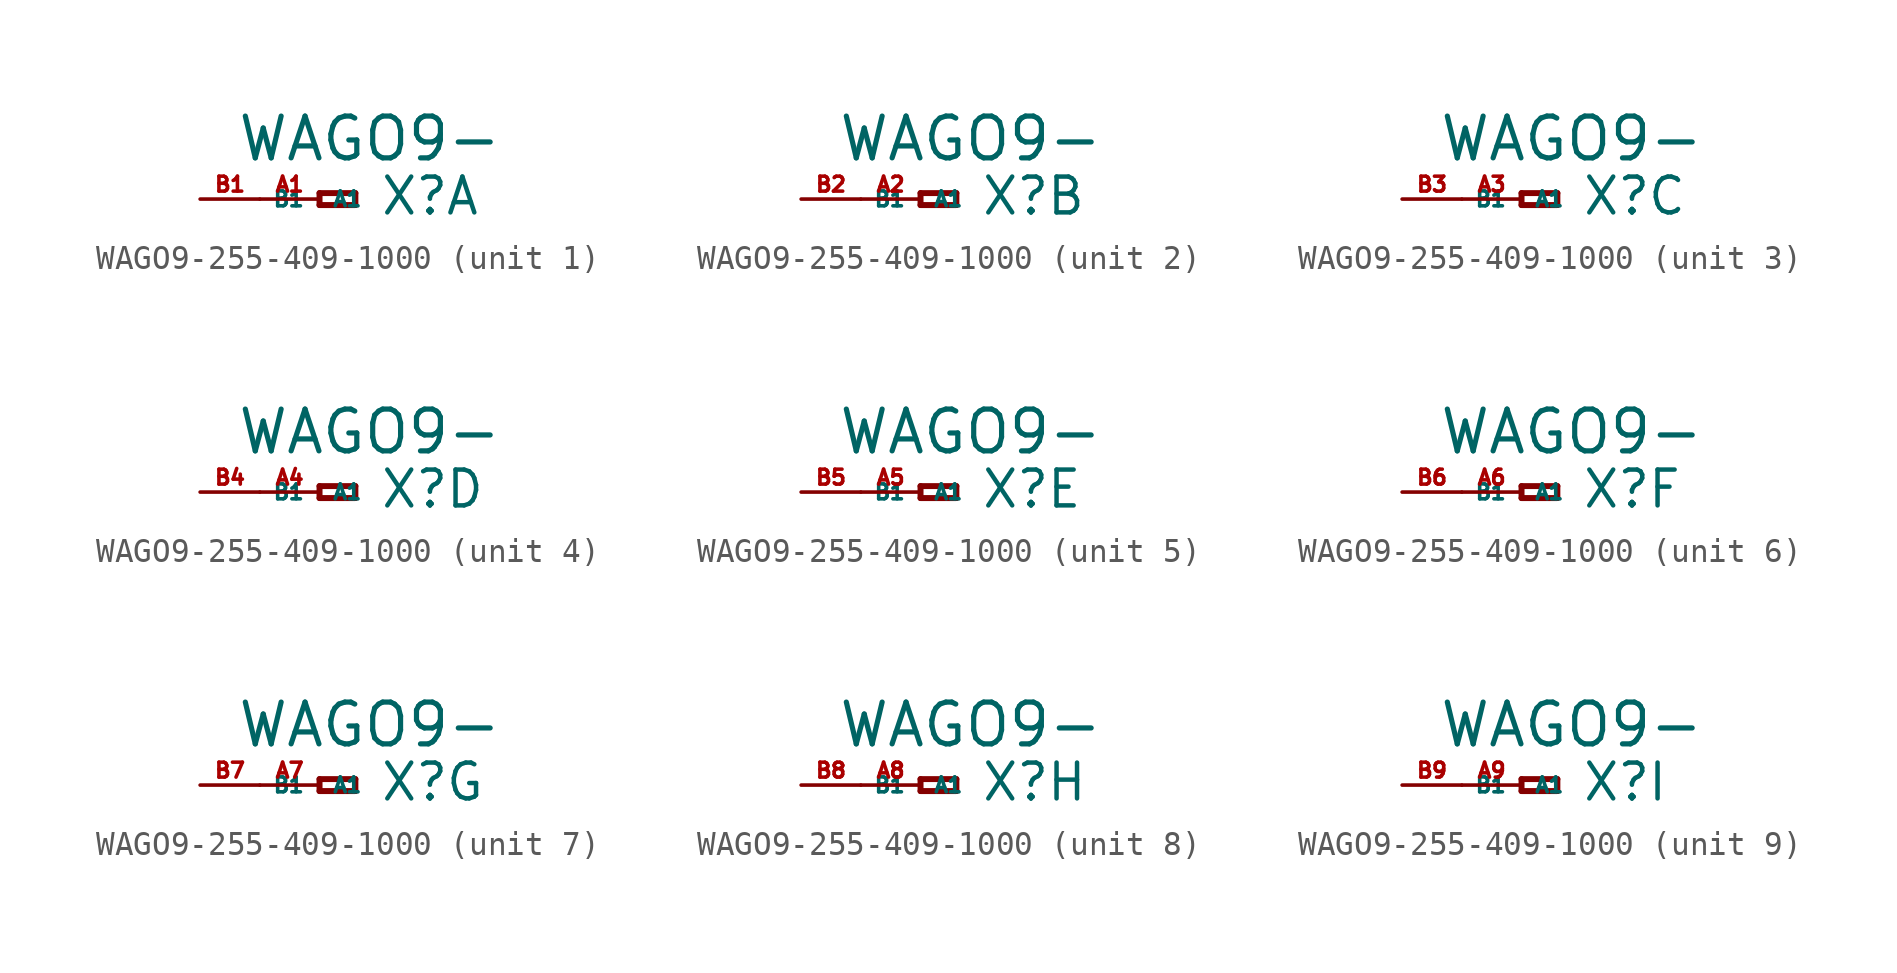
<source format=kicad_sym>
(kicad_symbol_lib
  (version 20220914)
  (generator Eagle2Kicad)
  (symbol "WAGO9-255-409-1000"
    (property "Reference" "X"
      (at 2.54 -0.762 0)
      (effects (font (size 1.524 1.524) (thickness 0.19)) (justify left bottom)))
    (property "Value" "WAGO9-"
      (at -3.556 1.524 0)
      (effects (font (size 1.778 1.778) (thickness 0.22)) (justify left bottom)))
    (symbol "WAGO9-255-409-1000_1_0"
      (polyline (pts (xy 0 0.254) (xy 0 -0.254)) (stroke (width 0.254) (type default)) (fill (type none)))
      (polyline (pts (xy 0 -0.254) (xy 1.524 -0.254)) (stroke (width 0.254) (type default)) (fill (type none)))
      (polyline (pts (xy 1.524 -0.254) (xy 1.524 0.254)) (stroke (width 0.254) (type default)) (fill (type none)))
      (polyline (pts (xy 1.524 0.254) (xy 0 0.254)) (stroke (width 0.254) (type default)) (fill (type none)))
      (pin passive line (at -2.54 0 0) (length 2.54) (name "A1" (effects (font (size 0.635 0.635) (thickness 0.08)) (justify left bottom))) (number "A1" (effects (font (size 0.635 0.635) (thickness 0.08)) (justify left bottom))))
      (pin passive line (at -5.08 0 0) (length 2.54) (name "B1" (effects (font (size 0.635 0.635) (thickness 0.08)) (justify left bottom))) (number "B1" (effects (font (size 0.635 0.635) (thickness 0.08)) (justify left bottom)))))
    (symbol "WAGO9-255-409-1000_2_0"
      (polyline (pts (xy 0 0.254) (xy 0 -0.254)) (stroke (width 0.254) (type default)) (fill (type none)))
      (polyline (pts (xy 0 -0.254) (xy 1.524 -0.254)) (stroke (width 0.254) (type default)) (fill (type none)))
      (polyline (pts (xy 1.524 -0.254) (xy 1.524 0.254)) (stroke (width 0.254) (type default)) (fill (type none)))
      (polyline (pts (xy 1.524 0.254) (xy 0 0.254)) (stroke (width 0.254) (type default)) (fill (type none)))
      (pin passive line (at -2.54 0 0) (length 2.54) (name "A1" (effects (font (size 0.635 0.635) (thickness 0.08)) (justify left bottom))) (number "A2" (effects (font (size 0.635 0.635) (thickness 0.08)) (justify left bottom))))
      (pin passive line (at -5.08 0 0) (length 2.54) (name "B1" (effects (font (size 0.635 0.635) (thickness 0.08)) (justify left bottom))) (number "B2" (effects (font (size 0.635 0.635) (thickness 0.08)) (justify left bottom)))))
    (symbol "WAGO9-255-409-1000_3_0"
      (polyline (pts (xy 0 0.254) (xy 0 -0.254)) (stroke (width 0.254) (type default)) (fill (type none)))
      (polyline (pts (xy 0 -0.254) (xy 1.524 -0.254)) (stroke (width 0.254) (type default)) (fill (type none)))
      (polyline (pts (xy 1.524 -0.254) (xy 1.524 0.254)) (stroke (width 0.254) (type default)) (fill (type none)))
      (polyline (pts (xy 1.524 0.254) (xy 0 0.254)) (stroke (width 0.254) (type default)) (fill (type none)))
      (pin passive line (at -2.54 0 0) (length 2.54) (name "A1" (effects (font (size 0.635 0.635) (thickness 0.08)) (justify left bottom))) (number "A3" (effects (font (size 0.635 0.635) (thickness 0.08)) (justify left bottom))))
      (pin passive line (at -5.08 0 0) (length 2.54) (name "B1" (effects (font (size 0.635 0.635) (thickness 0.08)) (justify left bottom))) (number "B3" (effects (font (size 0.635 0.635) (thickness 0.08)) (justify left bottom)))))
    (symbol "WAGO9-255-409-1000_4_0"
      (polyline (pts (xy 0 0.254) (xy 0 -0.254)) (stroke (width 0.254) (type default)) (fill (type none)))
      (polyline (pts (xy 0 -0.254) (xy 1.524 -0.254)) (stroke (width 0.254) (type default)) (fill (type none)))
      (polyline (pts (xy 1.524 -0.254) (xy 1.524 0.254)) (stroke (width 0.254) (type default)) (fill (type none)))
      (polyline (pts (xy 1.524 0.254) (xy 0 0.254)) (stroke (width 0.254) (type default)) (fill (type none)))
      (pin passive line (at -2.54 0 0) (length 2.54) (name "A1" (effects (font (size 0.635 0.635) (thickness 0.08)) (justify left bottom))) (number "A4" (effects (font (size 0.635 0.635) (thickness 0.08)) (justify left bottom))))
      (pin passive line (at -5.08 0 0) (length 2.54) (name "B1" (effects (font (size 0.635 0.635) (thickness 0.08)) (justify left bottom))) (number "B4" (effects (font (size 0.635 0.635) (thickness 0.08)) (justify left bottom)))))
    (symbol "WAGO9-255-409-1000_5_0"
      (polyline (pts (xy 0 0.254) (xy 0 -0.254)) (stroke (width 0.254) (type default)) (fill (type none)))
      (polyline (pts (xy 0 -0.254) (xy 1.524 -0.254)) (stroke (width 0.254) (type default)) (fill (type none)))
      (polyline (pts (xy 1.524 -0.254) (xy 1.524 0.254)) (stroke (width 0.254) (type default)) (fill (type none)))
      (polyline (pts (xy 1.524 0.254) (xy 0 0.254)) (stroke (width 0.254) (type default)) (fill (type none)))
      (pin passive line (at -2.54 0 0) (length 2.54) (name "A1" (effects (font (size 0.635 0.635) (thickness 0.08)) (justify left bottom))) (number "A5" (effects (font (size 0.635 0.635) (thickness 0.08)) (justify left bottom))))
      (pin passive line (at -5.08 0 0) (length 2.54) (name "B1" (effects (font (size 0.635 0.635) (thickness 0.08)) (justify left bottom))) (number "B5" (effects (font (size 0.635 0.635) (thickness 0.08)) (justify left bottom)))))
    (symbol "WAGO9-255-409-1000_6_0"
      (polyline (pts (xy 0 0.254) (xy 0 -0.254)) (stroke (width 0.254) (type default)) (fill (type none)))
      (polyline (pts (xy 0 -0.254) (xy 1.524 -0.254)) (stroke (width 0.254) (type default)) (fill (type none)))
      (polyline (pts (xy 1.524 -0.254) (xy 1.524 0.254)) (stroke (width 0.254) (type default)) (fill (type none)))
      (polyline (pts (xy 1.524 0.254) (xy 0 0.254)) (stroke (width 0.254) (type default)) (fill (type none)))
      (pin passive line (at -2.54 0 0) (length 2.54) (name "A1" (effects (font (size 0.635 0.635) (thickness 0.08)) (justify left bottom))) (number "A6" (effects (font (size 0.635 0.635) (thickness 0.08)) (justify left bottom))))
      (pin passive line (at -5.08 0 0) (length 2.54) (name "B1" (effects (font (size 0.635 0.635) (thickness 0.08)) (justify left bottom))) (number "B6" (effects (font (size 0.635 0.635) (thickness 0.08)) (justify left bottom)))))
    (symbol "WAGO9-255-409-1000_7_0"
      (polyline (pts (xy 0 0.254) (xy 0 -0.254)) (stroke (width 0.254) (type default)) (fill (type none)))
      (polyline (pts (xy 0 -0.254) (xy 1.524 -0.254)) (stroke (width 0.254) (type default)) (fill (type none)))
      (polyline (pts (xy 1.524 -0.254) (xy 1.524 0.254)) (stroke (width 0.254) (type default)) (fill (type none)))
      (polyline (pts (xy 1.524 0.254) (xy 0 0.254)) (stroke (width 0.254) (type default)) (fill (type none)))
      (pin passive line (at -2.54 0 0) (length 2.54) (name "A1" (effects (font (size 0.635 0.635) (thickness 0.08)) (justify left bottom))) (number "A7" (effects (font (size 0.635 0.635) (thickness 0.08)) (justify left bottom))))
      (pin passive line (at -5.08 0 0) (length 2.54) (name "B1" (effects (font (size 0.635 0.635) (thickness 0.08)) (justify left bottom))) (number "B7" (effects (font (size 0.635 0.635) (thickness 0.08)) (justify left bottom)))))
    (symbol "WAGO9-255-409-1000_8_0"
      (polyline (pts (xy 0 0.254) (xy 0 -0.254)) (stroke (width 0.254) (type default)) (fill (type none)))
      (polyline (pts (xy 0 -0.254) (xy 1.524 -0.254)) (stroke (width 0.254) (type default)) (fill (type none)))
      (polyline (pts (xy 1.524 -0.254) (xy 1.524 0.254)) (stroke (width 0.254) (type default)) (fill (type none)))
      (polyline (pts (xy 1.524 0.254) (xy 0 0.254)) (stroke (width 0.254) (type default)) (fill (type none)))
      (pin passive line (at -2.54 0 0) (length 2.54) (name "A1" (effects (font (size 0.635 0.635) (thickness 0.08)) (justify left bottom))) (number "A8" (effects (font (size 0.635 0.635) (thickness 0.08)) (justify left bottom))))
      (pin passive line (at -5.08 0 0) (length 2.54) (name "B1" (effects (font (size 0.635 0.635) (thickness 0.08)) (justify left bottom))) (number "B8" (effects (font (size 0.635 0.635) (thickness 0.08)) (justify left bottom)))))
    (symbol "WAGO9-255-409-1000_9_0"
      (polyline (pts (xy 0 0.254) (xy 0 -0.254)) (stroke (width 0.254) (type default)) (fill (type none)))
      (polyline (pts (xy 0 -0.254) (xy 1.524 -0.254)) (stroke (width 0.254) (type default)) (fill (type none)))
      (polyline (pts (xy 1.524 -0.254) (xy 1.524 0.254)) (stroke (width 0.254) (type default)) (fill (type none)))
      (polyline (pts (xy 1.524 0.254) (xy 0 0.254)) (stroke (width 0.254) (type default)) (fill (type none)))
      (pin passive line (at -2.54 0 0) (length 2.54) (name "A1" (effects (font (size 0.635 0.635) (thickness 0.08)) (justify left bottom))) (number "A9" (effects (font (size 0.635 0.635) (thickness 0.08)) (justify left bottom))))
      (pin passive line (at -5.08 0 0) (length 2.54) (name "B1" (effects (font (size 0.635 0.635) (thickness 0.08)) (justify left bottom))) (number "B9" (effects (font (size 0.635 0.635) (thickness 0.08)) (justify left bottom)))))))
</source>
